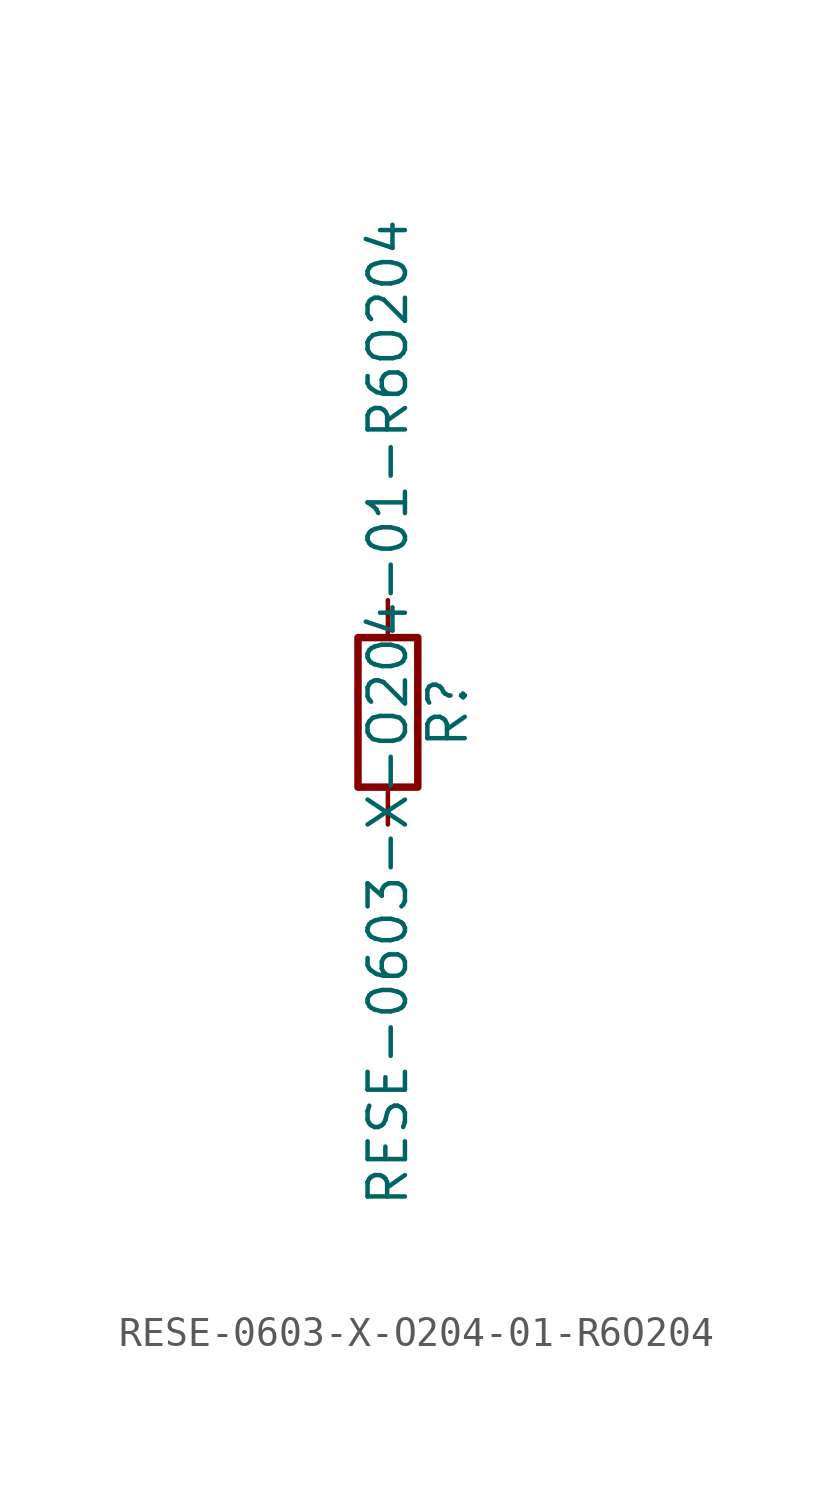
<source format=kicad_sym>
(kicad_symbol_lib
  (version 20211014)
  (generator kicad_symbol_editor)
  (symbol "RESE-0603-X-O204-01-R6O204"
    (pin_numbers hide)
    (pin_names
      (offset 0))
    (property "Reference" "R"
      (at 2.032 0 90)
      (effects (font (size 1.27 1.27))))
    (property "Value" "RESE-0603-X-O204-01-R6O204"
      (at 0 0 90)
      (effects (font (size 1.27 1.27))))
    (symbol "RESE-0603-X-O204-01-R6O204_0_1"
      (rectangle (start -1.016 -2.54) (end 1.016 2.54) (stroke (width 0.254) (type default) (color 0 0 0 0)) (fill (type none))))
    (symbol "RESE-0603-X-O204-01-R6O204_1_1"
      (pin passive line (at 0 3.81 270) (length 1.27) (name "~" (effects (font (size 1.27 1.27)))) (number "1" (effects (font (size 1.27 1.27)))))
      (pin passive line (at 0 -3.81 90) (length 1.27) (name "~" (effects (font (size 1.27 1.27)))) (number "2" (effects (font (size 1.27 1.27))))))))
</source>
